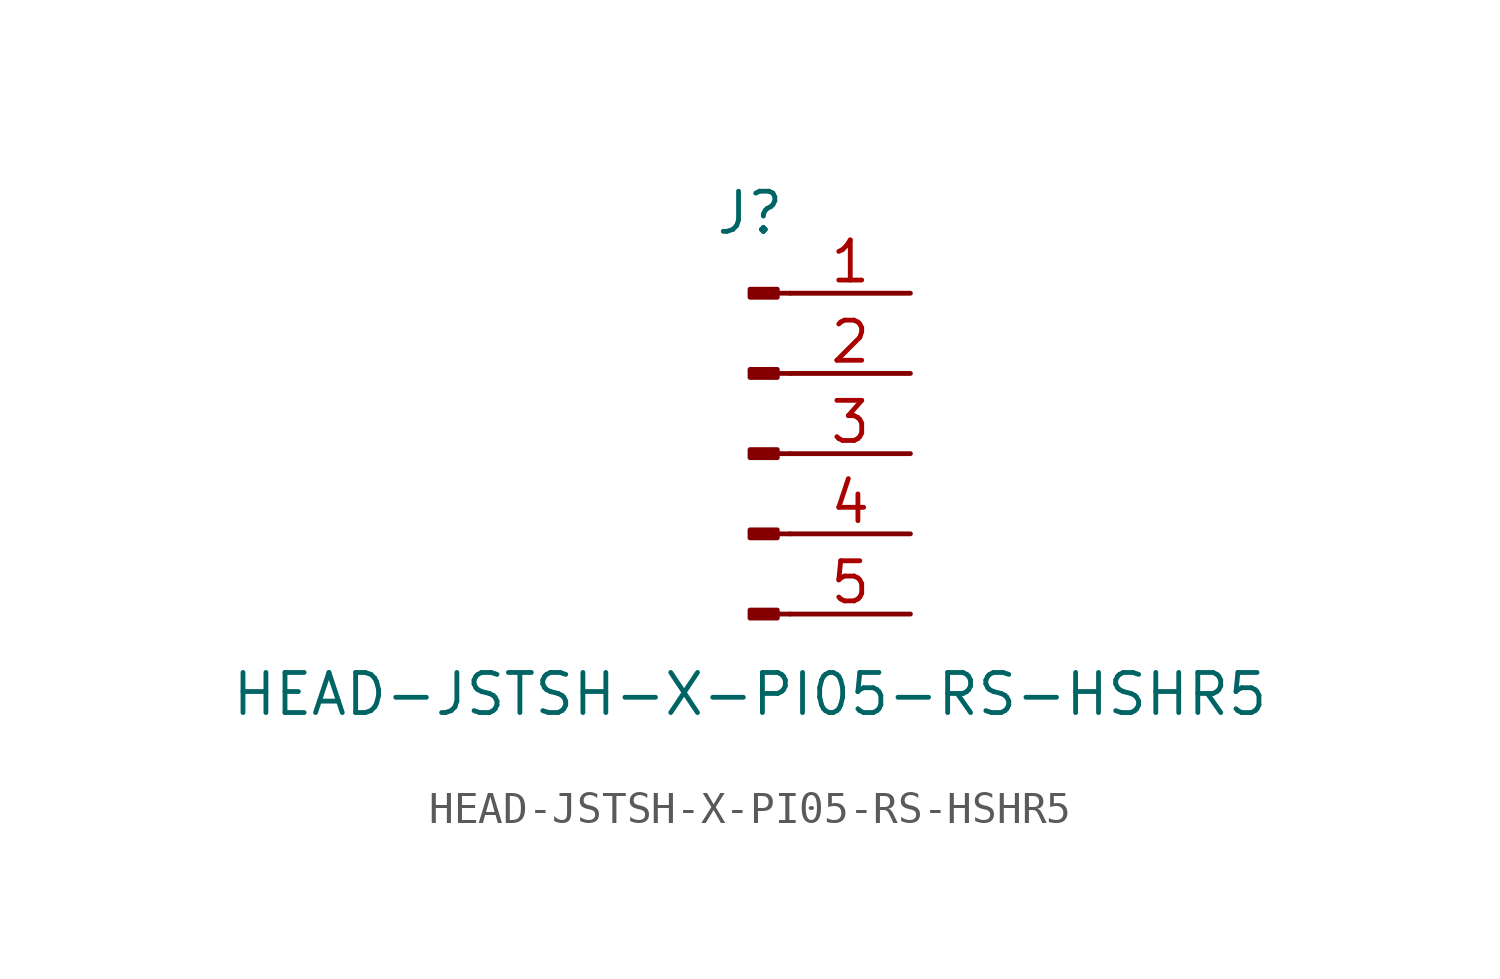
<source format=kicad_sym>
(kicad_symbol_lib
  (version 20211014)
  (generator kicad_symbol_editor)
  (symbol "HEAD-JSTSH-X-PI05-RS-HSHR5"
    (pin_names
      (offset 1.016) hide)
    (property "Reference" "J"
      (at 0 7.62 0)
      (effects (font (size 1.27 1.27))))
    (property "Value" "HEAD-JSTSH-X-PI05-RS-HSHR5"
      (at 0 -7.62 0)
      (effects (font (size 1.27 1.27))))
    (symbol "HEAD-JSTSH-X-PI05-RS-HSHR5_1_1"
      (polyline (pts (xy 1.27 -5.08) (xy 0.864 -5.08)) (stroke (width 0.152) (type default) (color 0 0 0 0)) (fill (type none)))
      (polyline (pts (xy 1.27 -2.54) (xy 0.864 -2.54)) (stroke (width 0.152) (type default) (color 0 0 0 0)) (fill (type none)))
      (polyline (pts (xy 1.27 0) (xy 0.864 0)) (stroke (width 0.152) (type default) (color 0 0 0 0)) (fill (type none)))
      (polyline (pts (xy 1.27 2.54) (xy 0.864 2.54)) (stroke (width 0.152) (type default) (color 0 0 0 0)) (fill (type none)))
      (polyline (pts (xy 1.27 5.08) (xy 0.864 5.08)) (stroke (width 0.152) (type default) (color 0 0 0 0)) (fill (type none)))
      (rectangle (start 0.864 -4.953) (end 0 -5.207) (stroke (width 0.152) (type default) (color 0 0 0 0)) (fill (type outline)))
      (rectangle (start 0.864 -2.413) (end 0 -2.667) (stroke (width 0.152) (type default) (color 0 0 0 0)) (fill (type outline)))
      (rectangle (start 0.864 0.127) (end 0 -0.127) (stroke (width 0.152) (type default) (color 0 0 0 0)) (fill (type outline)))
      (rectangle (start 0.864 2.667) (end 0 2.413) (stroke (width 0.152) (type default) (color 0 0 0 0)) (fill (type outline)))
      (rectangle (start 0.864 5.207) (end 0 4.953) (stroke (width 0.152) (type default) (color 0 0 0 0)) (fill (type outline)))
      (pin passive line (at 5.08 5.08 180) (length 3.81) (name "Pin_1" (effects (font (size 1.27 1.27)))) (number "1" (effects (font (size 1.27 1.27)))))
      (pin passive line (at 5.08 2.54 180) (length 3.81) (name "Pin_2" (effects (font (size 1.27 1.27)))) (number "2" (effects (font (size 1.27 1.27)))))
      (pin passive line (at 5.08 0 180) (length 3.81) (name "Pin_3" (effects (font (size 1.27 1.27)))) (number "3" (effects (font (size 1.27 1.27)))))
      (pin passive line (at 5.08 -2.54 180) (length 3.81) (name "Pin_4" (effects (font (size 1.27 1.27)))) (number "4" (effects (font (size 1.27 1.27)))))
      (pin passive line (at 5.08 -5.08 180) (length 3.81) (name "Pin_5" (effects (font (size 1.27 1.27)))) (number "5" (effects (font (size 1.27 1.27))))))))
</source>
